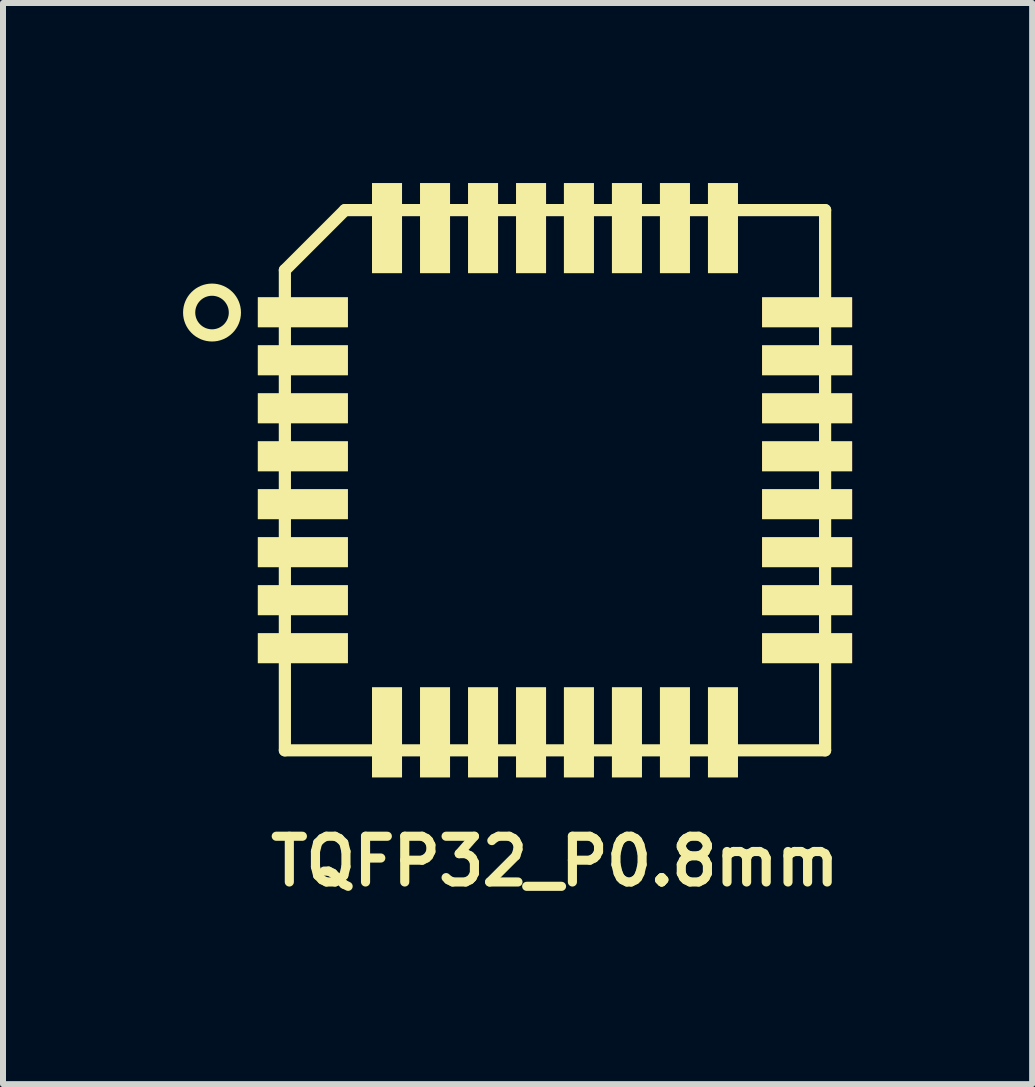
<source format=kicad_pcb>
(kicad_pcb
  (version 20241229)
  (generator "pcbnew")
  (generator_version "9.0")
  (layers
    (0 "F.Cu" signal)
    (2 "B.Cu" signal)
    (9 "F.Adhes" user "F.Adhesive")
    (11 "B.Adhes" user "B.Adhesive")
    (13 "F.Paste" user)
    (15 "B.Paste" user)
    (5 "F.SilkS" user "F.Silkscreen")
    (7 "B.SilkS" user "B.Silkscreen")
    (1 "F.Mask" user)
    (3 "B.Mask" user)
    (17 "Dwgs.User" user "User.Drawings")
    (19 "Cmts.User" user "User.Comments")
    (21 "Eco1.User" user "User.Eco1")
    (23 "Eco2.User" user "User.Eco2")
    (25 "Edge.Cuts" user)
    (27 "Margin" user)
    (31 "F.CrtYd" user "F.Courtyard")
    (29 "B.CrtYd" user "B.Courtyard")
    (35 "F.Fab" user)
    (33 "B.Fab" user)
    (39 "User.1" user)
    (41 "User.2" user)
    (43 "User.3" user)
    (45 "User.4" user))
  (footprint "TQFP32_P0.8mm"
    (layer "F.Cu")
    (at 6.198 4.952)
    (property "Reference" "TQFP32_P0.8mm" (at 0 6.35 0) (layer "F.SilkS") (effects (font (size 0.762 0.762) (thickness 0.152))))
    (attr through_hole)
    (fp_line (start -4.501 -3.5) (end -3.5 -4.501) (stroke (width 0.203) (type solid)) (layer "F.SilkS"))
    (fp_line (start -4.501 4.501) (end -4.501 -3.5) (stroke (width 0.203) (type solid)) (layer "F.SilkS"))
    (fp_line (start -3.5 -4.501) (end 4.501 -4.501) (stroke (width 0.203) (type solid)) (layer "F.SilkS"))
    (fp_line (start 4.501 -4.501) (end 4.501 4.501) (stroke (width 0.203) (type solid)) (layer "F.SilkS"))
    (fp_line (start 4.501 4.501) (end -4.501 4.501) (stroke (width 0.203) (type solid)) (layer "F.SilkS"))
    (fp_circle (center -5.715 -2.794) (end -5.334 -2.794) (stroke (width 0.203) (type solid)) (fill no) (layer "F.SilkS"))
    (pad "1" smd rect (at -4.201 -2.799) (size 1.501 0.5) (layers "F.Cu" "F.Mask" "F.SilkS" "F.Paste"))
    (pad "2" smd rect (at -4.201 -1.999) (size 1.501 0.5) (layers "F.Cu" "F.Mask" "F.SilkS" "F.Paste"))
    (pad "3" smd rect (at -4.201 -1.199) (size 1.501 0.5) (layers "F.Cu" "F.Mask" "F.SilkS" "F.Paste"))
    (pad "4" smd rect (at -4.201 -0.399) (size 1.501 0.5) (layers "F.Cu" "F.Mask" "F.SilkS" "F.Paste"))
    (pad "5" smd rect (at -4.201 0.399) (size 1.501 0.5) (layers "F.Cu" "F.Mask" "F.SilkS" "F.Paste"))
    (pad "6" smd rect (at -4.201 1.199) (size 1.501 0.5) (layers "F.Cu" "F.Mask" "F.SilkS" "F.Paste"))
    (pad "7" smd rect (at -4.201 1.999) (size 1.501 0.5) (layers "F.Cu" "F.Mask" "F.SilkS" "F.Paste"))
    (pad "8" smd rect (at -4.201 2.799) (size 1.501 0.5) (layers "F.Cu" "F.Mask" "F.SilkS" "F.Paste"))
    (pad "9" smd rect (at -2.799 4.201 90) (size 1.501 0.5) (layers "F.Cu" "F.Mask" "F.SilkS" "F.Paste"))
    (pad "10" smd rect (at -1.999 4.201 90) (size 1.501 0.5) (layers "F.Cu" "F.Mask" "F.SilkS" "F.Paste"))
    (pad "11" smd rect (at -1.199 4.201 90) (size 1.501 0.5) (layers "F.Cu" "F.Mask" "F.SilkS" "F.Paste"))
    (pad "12" smd rect (at -0.399 4.201 90) (size 1.501 0.5) (layers "F.Cu" "F.Mask" "F.SilkS" "F.Paste"))
    (pad "13" smd rect (at 0.399 4.201 90) (size 1.501 0.5) (layers "F.Cu" "F.Mask" "F.SilkS" "F.Paste"))
    (pad "14" smd rect (at 1.199 4.201 90) (size 1.501 0.5) (layers "F.Cu" "F.Mask" "F.SilkS" "F.Paste"))
    (pad "15" smd rect (at 1.999 4.201 90) (size 1.501 0.5) (layers "F.Cu" "F.Mask" "F.SilkS" "F.Paste"))
    (pad "16" smd rect (at 2.799 4.201 90) (size 1.501 0.5) (layers "F.Cu" "F.Mask" "F.SilkS" "F.Paste"))
    (pad "17" smd rect (at 4.201 2.799 180) (size 1.501 0.5) (layers "F.Cu" "F.Mask" "F.SilkS" "F.Paste"))
    (pad "18" smd rect (at 4.201 1.999 180) (size 1.501 0.5) (layers "F.Cu" "F.Mask" "F.SilkS" "F.Paste"))
    (pad "19" smd rect (at 4.201 1.199 180) (size 1.501 0.5) (layers "F.Cu" "F.Mask" "F.SilkS" "F.Paste"))
    (pad "20" smd rect (at 4.201 0.399 180) (size 1.501 0.5) (layers "F.Cu" "F.Mask" "F.SilkS" "F.Paste"))
    (pad "21" smd rect (at 4.201 -0.399 180) (size 1.501 0.5) (layers "F.Cu" "F.Mask" "F.SilkS" "F.Paste"))
    (pad "22" smd rect (at 4.201 -1.199 180) (size 1.501 0.5) (layers "F.Cu" "F.Mask" "F.SilkS" "F.Paste"))
    (pad "23" smd rect (at 4.201 -1.999 180) (size 1.501 0.5) (layers "F.Cu" "F.Mask" "F.SilkS" "F.Paste"))
    (pad "24" smd rect (at 4.201 -2.799 180) (size 1.501 0.5) (layers "F.Cu" "F.Mask" "F.SilkS" "F.Paste"))
    (pad "25" smd rect (at 2.799 -4.201 270) (size 1.501 0.5) (layers "F.Cu" "F.Mask" "F.SilkS" "F.Paste"))
    (pad "26" smd rect (at 1.999 -4.201 270) (size 1.501 0.5) (layers "F.Cu" "F.Mask" "F.SilkS" "F.Paste"))
    (pad "27" smd rect (at 1.199 -4.201 270) (size 1.501 0.5) (layers "F.Cu" "F.Mask" "F.SilkS" "F.Paste"))
    (pad "28" smd rect (at 0.399 -4.201 270) (size 1.501 0.5) (layers "F.Cu" "F.Mask" "F.SilkS" "F.Paste"))
    (pad "29" smd rect (at -0.399 -4.201 270) (size 1.501 0.5) (layers "F.Cu" "F.Mask" "F.SilkS" "F.Paste"))
    (pad "30" smd rect (at -1.199 -4.201 270) (size 1.501 0.5) (layers "F.Cu" "F.Mask" "F.SilkS" "F.Paste"))
    (pad "31" smd rect (at -1.999 -4.201 270) (size 1.501 0.5) (layers "F.Cu" "F.Mask" "F.SilkS" "F.Paste"))
    (pad "32" smd rect (at -2.799 -4.201 270) (size 1.501 0.5) (layers "F.Cu" "F.Mask" "F.SilkS" "F.Paste")))
  (gr_rect
    (start -3 -3)
    (end 14.149 15.015)
    (stroke (width 0.1) (type default))
    (fill no)
    (layer "Edge.Cuts")))
</source>
